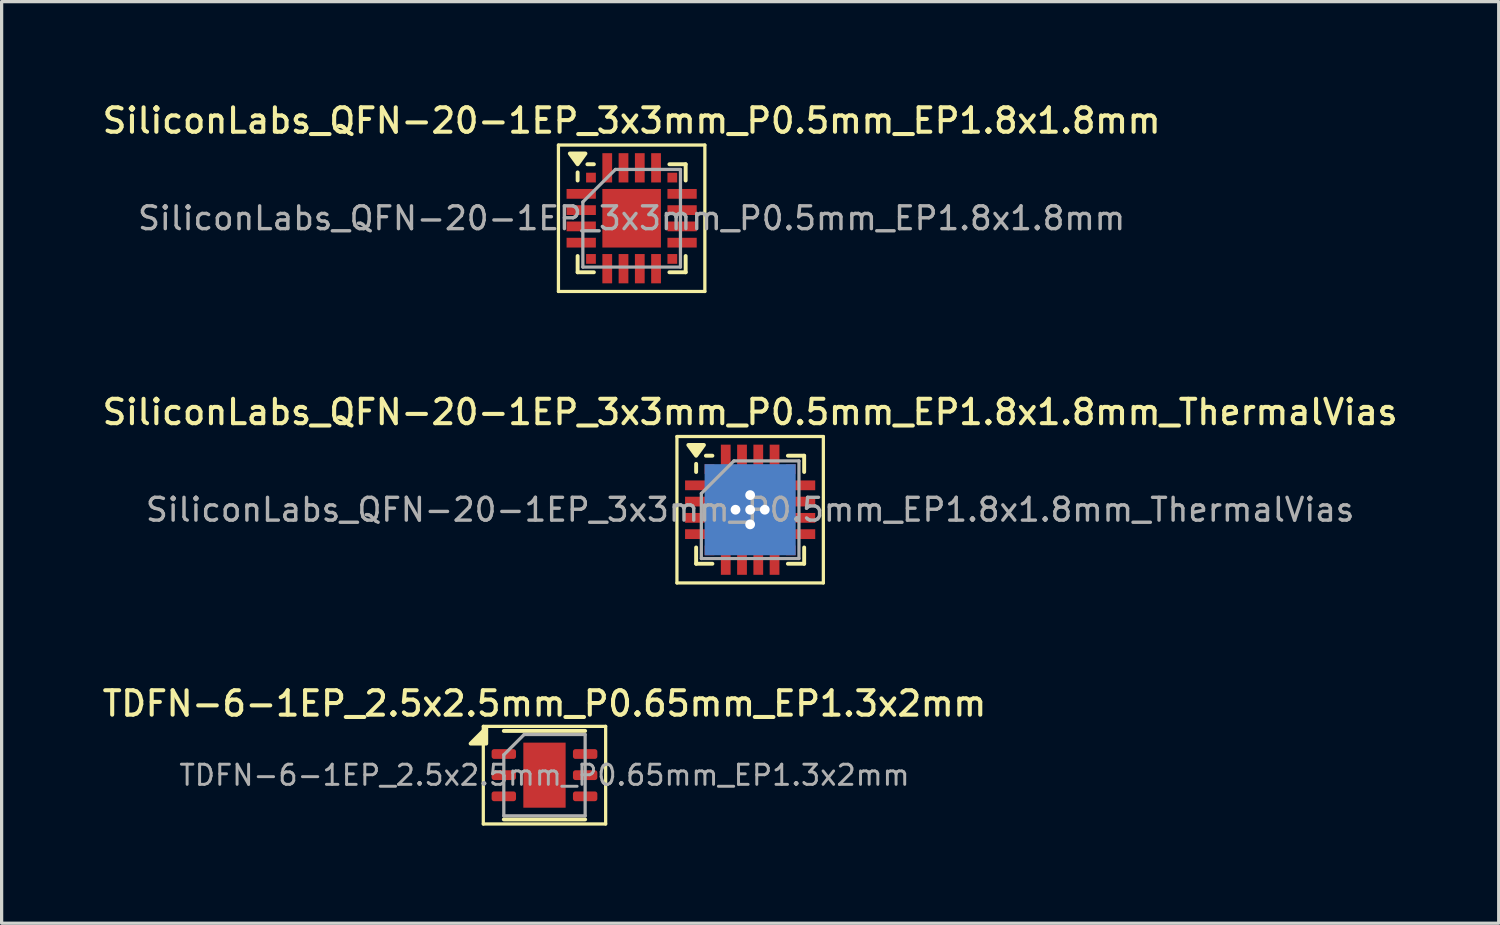
<source format=kicad_pcb>
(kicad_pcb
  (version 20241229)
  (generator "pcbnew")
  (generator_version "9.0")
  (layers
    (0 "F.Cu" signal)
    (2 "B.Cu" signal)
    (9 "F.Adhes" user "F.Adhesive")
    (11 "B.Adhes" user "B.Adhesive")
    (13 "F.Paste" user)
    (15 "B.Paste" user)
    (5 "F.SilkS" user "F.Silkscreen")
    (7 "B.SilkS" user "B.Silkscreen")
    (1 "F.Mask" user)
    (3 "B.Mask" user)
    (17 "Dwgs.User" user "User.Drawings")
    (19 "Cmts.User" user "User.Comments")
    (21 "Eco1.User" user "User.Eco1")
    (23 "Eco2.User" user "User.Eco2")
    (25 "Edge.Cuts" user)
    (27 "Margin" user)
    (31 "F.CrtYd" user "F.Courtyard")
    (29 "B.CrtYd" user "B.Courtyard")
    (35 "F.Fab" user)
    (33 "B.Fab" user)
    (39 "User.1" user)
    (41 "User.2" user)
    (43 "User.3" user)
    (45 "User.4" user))
  (footprint "SiliconLabs_QFN-20-1EP_3x3mm_P0.5mm_EP1.8x1.8mm"
    (layer "F.Cu")
    (at 16.363 3.658)
    (property "Reference" "SiliconLabs_QFN-20-1EP_3x3mm_P0.5mm_EP1.8x1.8mm" (at 0 -3 0) (layer "F.SilkS") (effects (font (size 0.75 0.75) (thickness 0.125))))
    (attr smd)
    (fp_line (start -2.25 -2.25) (end -2.25 2.25) (stroke (width 0.1) (type solid)) (layer "F.SilkS"))
    (fp_line (start -2.25 2.25) (end 2.25 2.25) (stroke (width 0.1) (type solid)) (layer "F.SilkS"))
    (fp_line (start -1.66 -1.16) (end -1.66 -1.41) (stroke (width 0.12) (type solid)) (layer "F.SilkS"))
    (fp_line (start -1.66 1.66) (end -1.66 1.16) (stroke (width 0.12) (type solid)) (layer "F.SilkS"))
    (fp_line (start -1.16 -1.66) (end -1.36 -1.66) (stroke (width 0.12) (type solid)) (layer "F.SilkS"))
    (fp_line (start -1.16 1.66) (end -1.66 1.66) (stroke (width 0.12) (type solid)) (layer "F.SilkS"))
    (fp_line (start 1.16 -1.66) (end 1.66 -1.66) (stroke (width 0.12) (type solid)) (layer "F.SilkS"))
    (fp_line (start 1.16 1.66) (end 1.66 1.66) (stroke (width 0.12) (type solid)) (layer "F.SilkS"))
    (fp_line (start 1.66 -1.66) (end 1.66 -1.16) (stroke (width 0.12) (type solid)) (layer "F.SilkS"))
    (fp_line (start 1.66 1.66) (end 1.66 1.16) (stroke (width 0.12) (type solid)) (layer "F.SilkS"))
    (fp_line (start 2.25 -2.25) (end -2.25 -2.25) (stroke (width 0.1) (type solid)) (layer "F.SilkS"))
    (fp_line (start 2.25 2.25) (end 2.25 -2.25) (stroke (width 0.1) (type solid)) (layer "F.SilkS"))
    (fp_poly (pts (xy -1.66 -1.66) (xy -1.9 -1.99) (xy -1.42 -1.99) (xy -1.66 -1.66)) (stroke (width 0.12) (type solid)) (fill yes) (layer "F.SilkS"))
    (fp_line (start -1.5 -0.5) (end -0.5 -1.5) (stroke (width 0.1) (type solid)) (layer "F.Fab"))
    (fp_line (start -1.5 1.5) (end -1.5 -0.5) (stroke (width 0.1) (type solid)) (layer "F.Fab"))
    (fp_line (start -0.5 -1.5) (end 1.5 -1.5) (stroke (width 0.1) (type solid)) (layer "F.Fab"))
    (fp_line (start 1.5 -1.5) (end 1.5 1.5) (stroke (width 0.1) (type solid)) (layer "F.Fab"))
    (fp_line (start 1.5 1.5) (end -1.5 1.5) (stroke (width 0.1) (type solid)) (layer "F.Fab"))
    (fp_text user "${REFERENCE}" (at 0 0 0) (layer "F.Fab") (effects (font (size 0.7 0.7) (thickness 0.105))))
    (pad "" smd rect (at -0.45 -0.45) (size 0.54 0.54) (layers "F.Paste"))
    (pad "" smd rect (at -0.45 0.45) (size 0.54 0.54) (layers "F.Paste"))
    (pad "" smd rect (at 0.45 -0.45) (size 0.54 0.54) (layers "F.Paste"))
    (pad "" smd rect (at 0.45 0.45) (size 0.54 0.54) (layers "F.Paste"))
    (pad "1" smd rect (at -1.25 -1.25) (size 0.3 0.3) (layers "F.Cu" "F.Mask" "F.Paste"))
    (pad "2" smd rect (at -1.55 -0.75) (size 0.9 0.3) (layers "F.Cu" "F.Mask" "F.Paste"))
    (pad "3" smd rect (at -1.55 -0.25) (size 0.9 0.3) (layers "F.Cu" "F.Mask" "F.Paste"))
    (pad "4" smd rect (at -1.55 0.25) (size 0.9 0.3) (layers "F.Cu" "F.Mask" "F.Paste"))
    (pad "5" smd rect (at -1.55 0.75) (size 0.9 0.3) (layers "F.Cu" "F.Mask" "F.Paste"))
    (pad "6" smd rect (at -1.25 1.25) (size 0.3 0.3) (layers "F.Cu" "F.Mask" "F.Paste"))
    (pad "7" smd rect (at -0.75 1.55 90) (size 0.9 0.3) (layers "F.Cu" "F.Mask" "F.Paste"))
    (pad "8" smd rect (at -0.25 1.55 90) (size 0.9 0.3) (layers "F.Cu" "F.Mask" "F.Paste"))
    (pad "9" smd rect (at 0.25 1.55 90) (size 0.9 0.3) (layers "F.Cu" "F.Mask" "F.Paste"))
    (pad "10" smd rect (at 0.75 1.55 90) (size 0.9 0.3) (layers "F.Cu" "F.Mask" "F.Paste"))
    (pad "11" smd rect (at 1.25 1.25) (size 0.3 0.3) (layers "F.Cu" "F.Mask" "F.Paste"))
    (pad "12" smd rect (at 1.55 0.75) (size 0.9 0.3) (layers "F.Cu" "F.Mask" "F.Paste"))
    (pad "13" smd rect (at 1.55 0.25) (size 0.9 0.3) (layers "F.Cu" "F.Mask" "F.Paste"))
    (pad "14" smd rect (at 1.55 -0.25) (size 0.9 0.3) (layers "F.Cu" "F.Mask" "F.Paste"))
    (pad "15" smd rect (at 1.55 -0.75) (size 0.9 0.3) (layers "F.Cu" "F.Mask" "F.Paste"))
    (pad "16" smd rect (at 1.25 -1.25) (size 0.3 0.3) (layers "F.Cu" "F.Mask" "F.Paste"))
    (pad "17" smd rect (at 0.75 -1.55 90) (size 0.9 0.3) (layers "F.Cu" "F.Mask" "F.Paste"))
    (pad "18" smd rect (at 0.25 -1.55 90) (size 0.9 0.3) (layers "F.Cu" "F.Mask" "F.Paste"))
    (pad "19" smd rect (at -0.25 -1.55 90) (size 0.9 0.3) (layers "F.Cu" "F.Mask" "F.Paste"))
    (pad "20" smd rect (at -0.75 -1.55 90) (size 0.9 0.3) (layers "F.Cu" "F.Mask" "F.Paste"))
    (pad "21" smd rect (at 0 0) (size 1.8 1.8) (layers "F.Cu" "F.Mask")))
  (footprint "TDFN-6-1EP_2.5x2.5mm_P0.65mm_EP1.3x2mm"
    (layer "F.Cu")
    (at 13.684 20.774)
    (property "Reference" "TDFN-6-1EP_2.5x2.5mm_P0.65mm_EP1.3x2mm" (at 0 -2.2 0) (layer "F.SilkS") (effects (font (size 0.75 0.75) (thickness 0.125))))
    (attr smd)
    (fp_line (start -1.88 -1.5) (end -1.88 1.5) (stroke (width 0.1) (type solid)) (layer "F.SilkS"))
    (fp_line (start -1.88 1.5) (end 1.88 1.5) (stroke (width 0.1) (type solid)) (layer "F.SilkS"))
    (fp_line (start -1.25 -1.36) (end 1.25 -1.36) (stroke (width 0.12) (type solid)) (layer "F.SilkS"))
    (fp_line (start -1.25 1.36) (end 1.25 1.36) (stroke (width 0.12) (type solid)) (layer "F.SilkS"))
    (fp_line (start 1.88 -1.5) (end -1.88 -1.5) (stroke (width 0.1) (type solid)) (layer "F.SilkS"))
    (fp_line (start 1.88 1.5) (end 1.88 -1.5) (stroke (width 0.1) (type solid)) (layer "F.SilkS"))
    (fp_poly (pts (xy -1.79 -0.97) (xy -2.27 -0.97) (xy -1.79 -1.45) (xy -1.79 -0.97)) (stroke (width 0.12) (type solid)) (fill yes) (layer "F.SilkS"))
    (fp_line (start -1.25 -0.625) (end -0.625 -1.25) (stroke (width 0.1) (type solid)) (layer "F.Fab"))
    (fp_line (start -1.25 1.25) (end -1.25 -0.625) (stroke (width 0.1) (type solid)) (layer "F.Fab"))
    (fp_line (start -0.625 -1.25) (end 1.25 -1.25) (stroke (width 0.1) (type solid)) (layer "F.Fab"))
    (fp_line (start 1.25 -1.25) (end 1.25 1.25) (stroke (width 0.1) (type solid)) (layer "F.Fab"))
    (fp_line (start 1.25 1.25) (end -1.25 1.25) (stroke (width 0.1) (type solid)) (layer "F.Fab"))
    (fp_text user "${REFERENCE}" (at 0 0 0) (layer "F.Fab") (effects (font (size 0.62 0.62) (thickness 0.09))))
    (pad "" smd roundrect (at -0.325 -0.5) (size 0.52 0.81) (layers "F.Paste") (roundrect_rratio 0.25))
    (pad "" smd roundrect (at -0.325 0.5) (size 0.52 0.81) (layers "F.Paste") (roundrect_rratio 0.25))
    (pad "" smd roundrect (at 0.325 -0.5) (size 0.52 0.81) (layers "F.Paste") (roundrect_rratio 0.25))
    (pad "" smd roundrect (at 0.325 0.5) (size 0.52 0.81) (layers "F.Paste") (roundrect_rratio 0.25))
    (pad "1" smd roundrect (at -1.25 -0.65) (size 0.75 0.3) (layers "F.Cu" "F.Mask" "F.Paste") (roundrect_rratio 0.25))
    (pad "2" smd roundrect (at -1.25 0) (size 0.75 0.3) (layers "F.Cu" "F.Mask" "F.Paste") (roundrect_rratio 0.25))
    (pad "3" smd roundrect (at -1.25 0.65) (size 0.75 0.3) (layers "F.Cu" "F.Mask" "F.Paste") (roundrect_rratio 0.25))
    (pad "4" smd roundrect (at 1.25 0.65) (size 0.75 0.3) (layers "F.Cu" "F.Mask" "F.Paste") (roundrect_rratio 0.25))
    (pad "5" smd roundrect (at 1.25 0) (size 0.75 0.3) (layers "F.Cu" "F.Mask" "F.Paste") (roundrect_rratio 0.25))
    (pad "6" smd roundrect (at 1.25 -0.65) (size 0.75 0.3) (layers "F.Cu" "F.Mask" "F.Paste") (roundrect_rratio 0.25))
    (pad "7" smd rect (at 0 0) (size 1.3 2) (property pad_prop_heatsink) (layers "F.Cu" "F.Mask")))
  (footprint "SiliconLabs_QFN-20-1EP_3x3mm_P0.5mm_EP1.8x1.8mm_ThermalVias"
    (layer "F.Cu")
    (at 20.005 12.616)
    (property "Reference" "SiliconLabs_QFN-20-1EP_3x3mm_P0.5mm_EP1.8x1.8mm_ThermalVias" (at 0 -3 0) (layer "F.SilkS") (effects (font (size 0.75 0.75) (thickness 0.125))))
    (attr smd)
    (fp_line (start -2.25 -2.25) (end -2.25 2.25) (stroke (width 0.1) (type solid)) (layer "F.SilkS"))
    (fp_line (start -2.25 2.25) (end 2.25 2.25) (stroke (width 0.1) (type solid)) (layer "F.SilkS"))
    (fp_line (start -1.66 -1.16) (end -1.66 -1.41) (stroke (width 0.12) (type solid)) (layer "F.SilkS"))
    (fp_line (start -1.66 1.66) (end -1.66 1.16) (stroke (width 0.12) (type solid)) (layer "F.SilkS"))
    (fp_line (start -1.16 -1.66) (end -1.36 -1.66) (stroke (width 0.12) (type solid)) (layer "F.SilkS"))
    (fp_line (start -1.16 1.66) (end -1.66 1.66) (stroke (width 0.12) (type solid)) (layer "F.SilkS"))
    (fp_line (start 1.16 -1.66) (end 1.66 -1.66) (stroke (width 0.12) (type solid)) (layer "F.SilkS"))
    (fp_line (start 1.16 1.66) (end 1.66 1.66) (stroke (width 0.12) (type solid)) (layer "F.SilkS"))
    (fp_line (start 1.66 -1.66) (end 1.66 -1.16) (stroke (width 0.12) (type solid)) (layer "F.SilkS"))
    (fp_line (start 1.66 1.66) (end 1.66 1.16) (stroke (width 0.12) (type solid)) (layer "F.SilkS"))
    (fp_line (start 2.25 -2.25) (end -2.25 -2.25) (stroke (width 0.1) (type solid)) (layer "F.SilkS"))
    (fp_line (start 2.25 2.25) (end 2.25 -2.25) (stroke (width 0.1) (type solid)) (layer "F.SilkS"))
    (fp_poly (pts (xy -1.66 -1.66) (xy -1.9 -1.99) (xy -1.42 -1.99) (xy -1.66 -1.66)) (stroke (width 0.12) (type solid)) (fill yes) (layer "F.SilkS"))
    (fp_line (start -1.5 -0.5) (end -0.5 -1.5) (stroke (width 0.1) (type solid)) (layer "F.Fab"))
    (fp_line (start -1.5 1.5) (end -1.5 -0.5) (stroke (width 0.1) (type solid)) (layer "F.Fab"))
    (fp_line (start -0.5 -1.5) (end 1.5 -1.5) (stroke (width 0.1) (type solid)) (layer "F.Fab"))
    (fp_line (start 1.5 -1.5) (end 1.5 1.5) (stroke (width 0.1) (type solid)) (layer "F.Fab"))
    (fp_line (start 1.5 1.5) (end -1.5 1.5) (stroke (width 0.1) (type solid)) (layer "F.Fab"))
    (fp_text user "${REFERENCE}" (at 0 0 0) (layer "F.Fab") (effects (font (size 0.7 0.7) (thickness 0.105))))
    (pad "" smd rect (at -0.45 -0.45) (size 0.54 0.54) (layers "F.Paste"))
    (pad "" smd rect (at -0.45 0.45) (size 0.54 0.54) (layers "F.Paste"))
    (pad "" smd rect (at 0.45 -0.45) (size 0.54 0.54) (layers "F.Paste"))
    (pad "" smd rect (at 0.45 0.45) (size 0.54 0.54) (layers "F.Paste"))
    (pad "1" smd rect (at -1.25 -1.25) (size 0.3 0.3) (layers "F.Cu" "F.Mask" "F.Paste"))
    (pad "2" smd rect (at -1.55 -0.75) (size 0.9 0.3) (layers "F.Cu" "F.Mask" "F.Paste"))
    (pad "3" smd rect (at -1.55 -0.25) (size 0.9 0.3) (layers "F.Cu" "F.Mask" "F.Paste"))
    (pad "4" smd rect (at -1.55 0.25) (size 0.9 0.3) (layers "F.Cu" "F.Mask" "F.Paste"))
    (pad "5" smd rect (at -1.55 0.75) (size 0.9 0.3) (layers "F.Cu" "F.Mask" "F.Paste"))
    (pad "6" smd rect (at -1.25 1.25) (size 0.3 0.3) (layers "F.Cu" "F.Mask" "F.Paste"))
    (pad "7" smd rect (at -0.75 1.55 90) (size 0.9 0.3) (layers "F.Cu" "F.Mask" "F.Paste"))
    (pad "8" smd rect (at -0.25 1.55 90) (size 0.9 0.3) (layers "F.Cu" "F.Mask" "F.Paste"))
    (pad "9" smd rect (at 0.25 1.55 90) (size 0.9 0.3) (layers "F.Cu" "F.Mask" "F.Paste"))
    (pad "10" smd rect (at 0.75 1.55 90) (size 0.9 0.3) (layers "F.Cu" "F.Mask" "F.Paste"))
    (pad "11" smd rect (at 1.25 1.25) (size 0.3 0.3) (layers "F.Cu" "F.Mask" "F.Paste"))
    (pad "12" smd rect (at 1.55 0.75) (size 0.9 0.3) (layers "F.Cu" "F.Mask" "F.Paste"))
    (pad "13" smd rect (at 1.55 0.25) (size 0.9 0.3) (layers "F.Cu" "F.Mask" "F.Paste"))
    (pad "14" smd rect (at 1.55 -0.25) (size 0.9 0.3) (layers "F.Cu" "F.Mask" "F.Paste"))
    (pad "15" smd rect (at 1.55 -0.75) (size 0.9 0.3) (layers "F.Cu" "F.Mask" "F.Paste"))
    (pad "16" smd rect (at 1.25 -1.25) (size 0.3 0.3) (layers "F.Cu" "F.Mask" "F.Paste"))
    (pad "17" smd rect (at 0.75 -1.55 90) (size 0.9 0.3) (layers "F.Cu" "F.Mask" "F.Paste"))
    (pad "18" smd rect (at 0.25 -1.55 90) (size 0.9 0.3) (layers "F.Cu" "F.Mask" "F.Paste"))
    (pad "19" smd rect (at -0.25 -1.55 90) (size 0.9 0.3) (layers "F.Cu" "F.Mask" "F.Paste"))
    (pad "20" smd rect (at -0.75 -1.55 90) (size 0.9 0.3) (layers "F.Cu" "F.Mask" "F.Paste"))
    (pad "21" thru_hole circle (at -0.45 0) (size 0.6 0.6) (drill 0.3) (layers "*.Cu"))
    (pad "21" thru_hole circle (at 0 -0.45) (size 0.6 0.6) (drill 0.3) (layers "*.Cu"))
    (pad "21" thru_hole circle (at 0 0) (size 0.6 0.6) (drill 0.3) (layers "*.Cu"))
    (pad "21" smd rect (at 0 0) (size 1.8 1.8) (layers "F.Cu" "F.Mask"))
    (pad "21" smd rect (at 0 0) (size 2.8 2.8) (layers "B.Cu"))
    (pad "21" thru_hole circle (at 0 0.45) (size 0.6 0.6) (drill 0.3) (layers "*.Cu"))
    (pad "21" thru_hole circle (at 0.45 0) (size 0.6 0.6) (drill 0.3) (layers "*.Cu")))
  (gr_rect
    (start -3 -3)
    (end 43.011 25.324)
    (stroke (width 0.1) (type default))
    (fill no)
    (layer "Edge.Cuts")))
</source>
